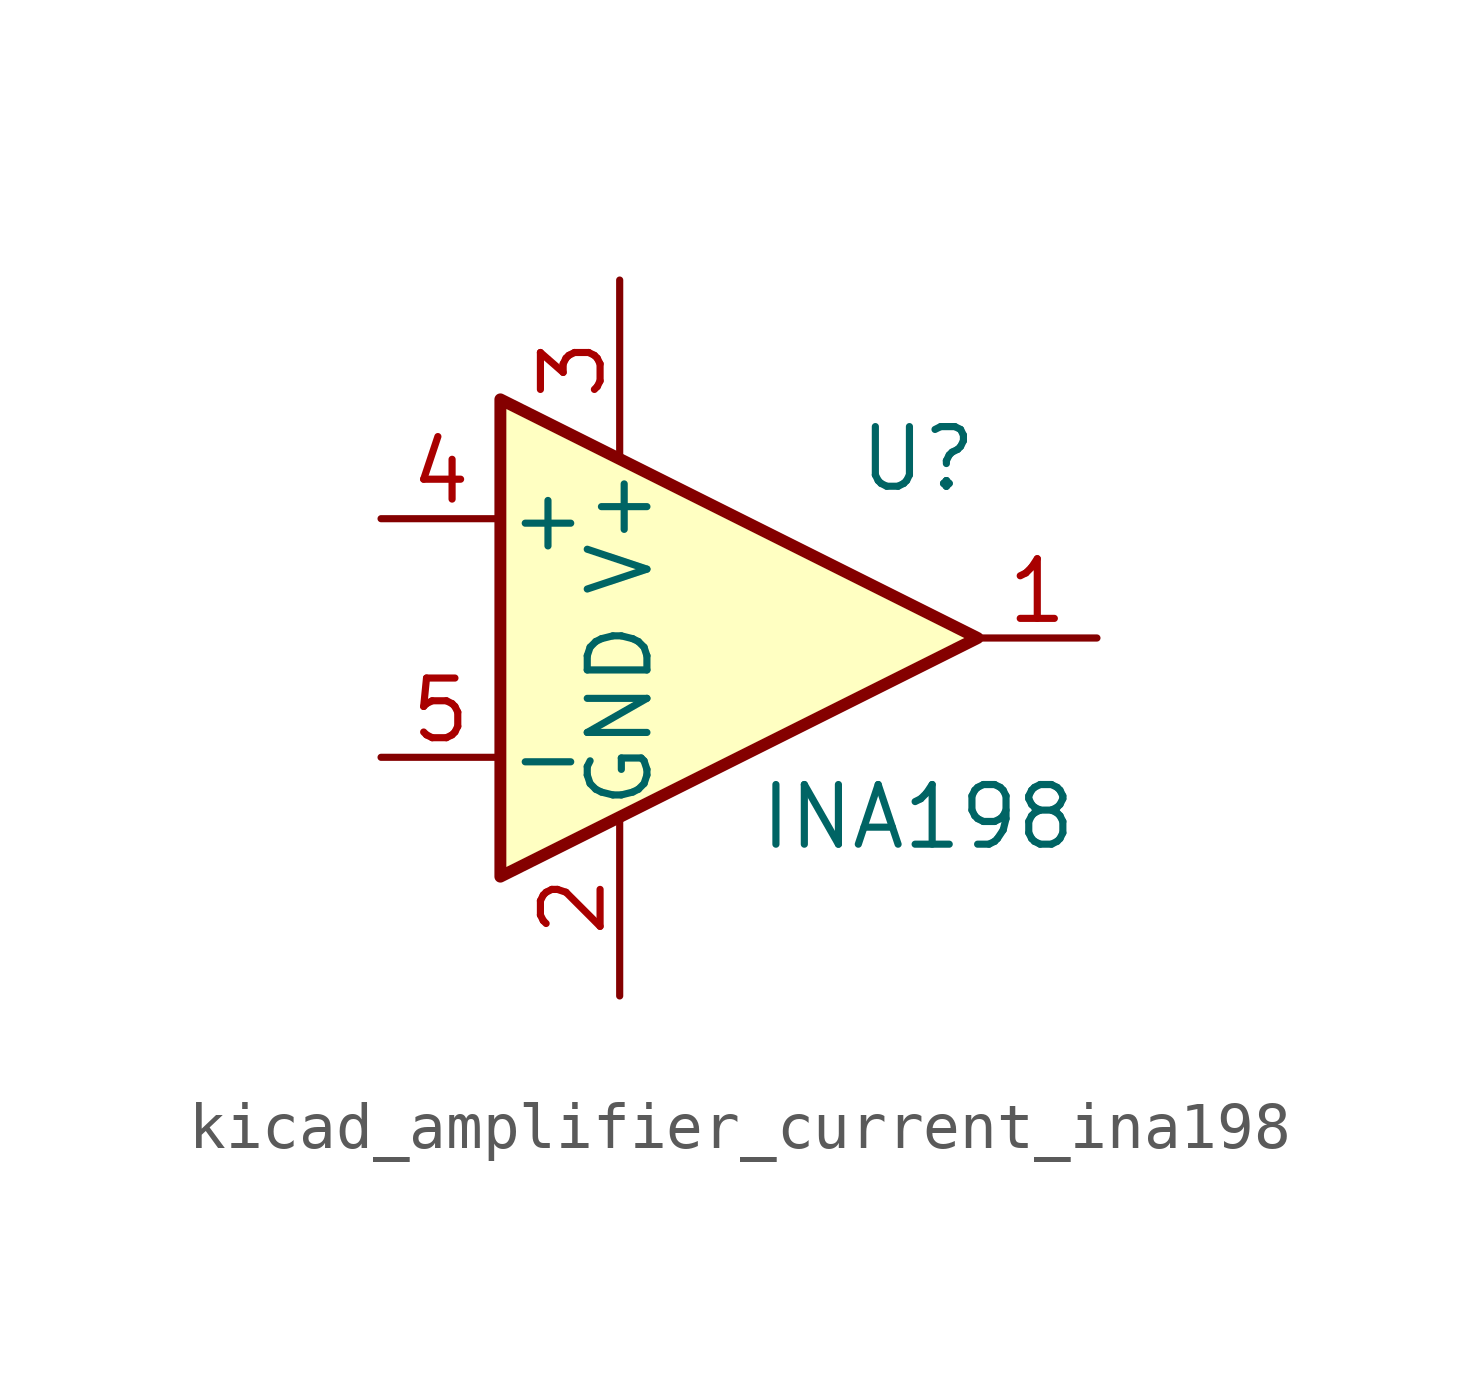
<source format=kicad_sym>
(kicad_symbol_lib
  (version 20220914)
  (generator kicad_symbol_editor)
  (symbol "kicad_amplifier_current_ina198"
    (pin_names
      (offset 0.127))
    (property "Reference" "U"
      (at 3.81 3.81 0)
      (effects (font (size 1.27 1.27))))
    (property "Value" "INA198"
      (at 3.81 -3.81 0)
      (effects (font (size 1.27 1.27))))
    (symbol "kicad_amplifier_current_ina198_0_1"
      (polyline (pts (xy 5.08 0) (xy -5.08 5.08) (xy -5.08 -5.08) (xy 5.08 0)) (stroke (width 0.254) (type default)) (fill (type background))))
    (symbol "kicad_amplifier_current_ina198_1_1"
      (pin output line (at 7.62 0 180) (length 2.54) (name "~" (effects (font (size 1.27 1.27)))) (number "1" (effects (font (size 1.27 1.27)))))
      (pin power_in line (at -2.54 -7.62 90) (length 3.81) (name "GND" (effects (font (size 1.27 1.27)))) (number "2" (effects (font (size 1.27 1.27)))))
      (pin power_in line (at -2.54 7.62 270) (length 3.81) (name "V+" (effects (font (size 1.27 1.27)))) (number "3" (effects (font (size 1.27 1.27)))))
      (pin input line (at -7.62 2.54 0) (length 2.54) (name "+" (effects (font (size 1.27 1.27)))) (number "4" (effects (font (size 1.27 1.27)))))
      (pin input line (at -7.62 -2.54 0) (length 2.54) (name "-" (effects (font (size 1.27 1.27)))) (number "5" (effects (font (size 1.27 1.27))))))))
</source>
